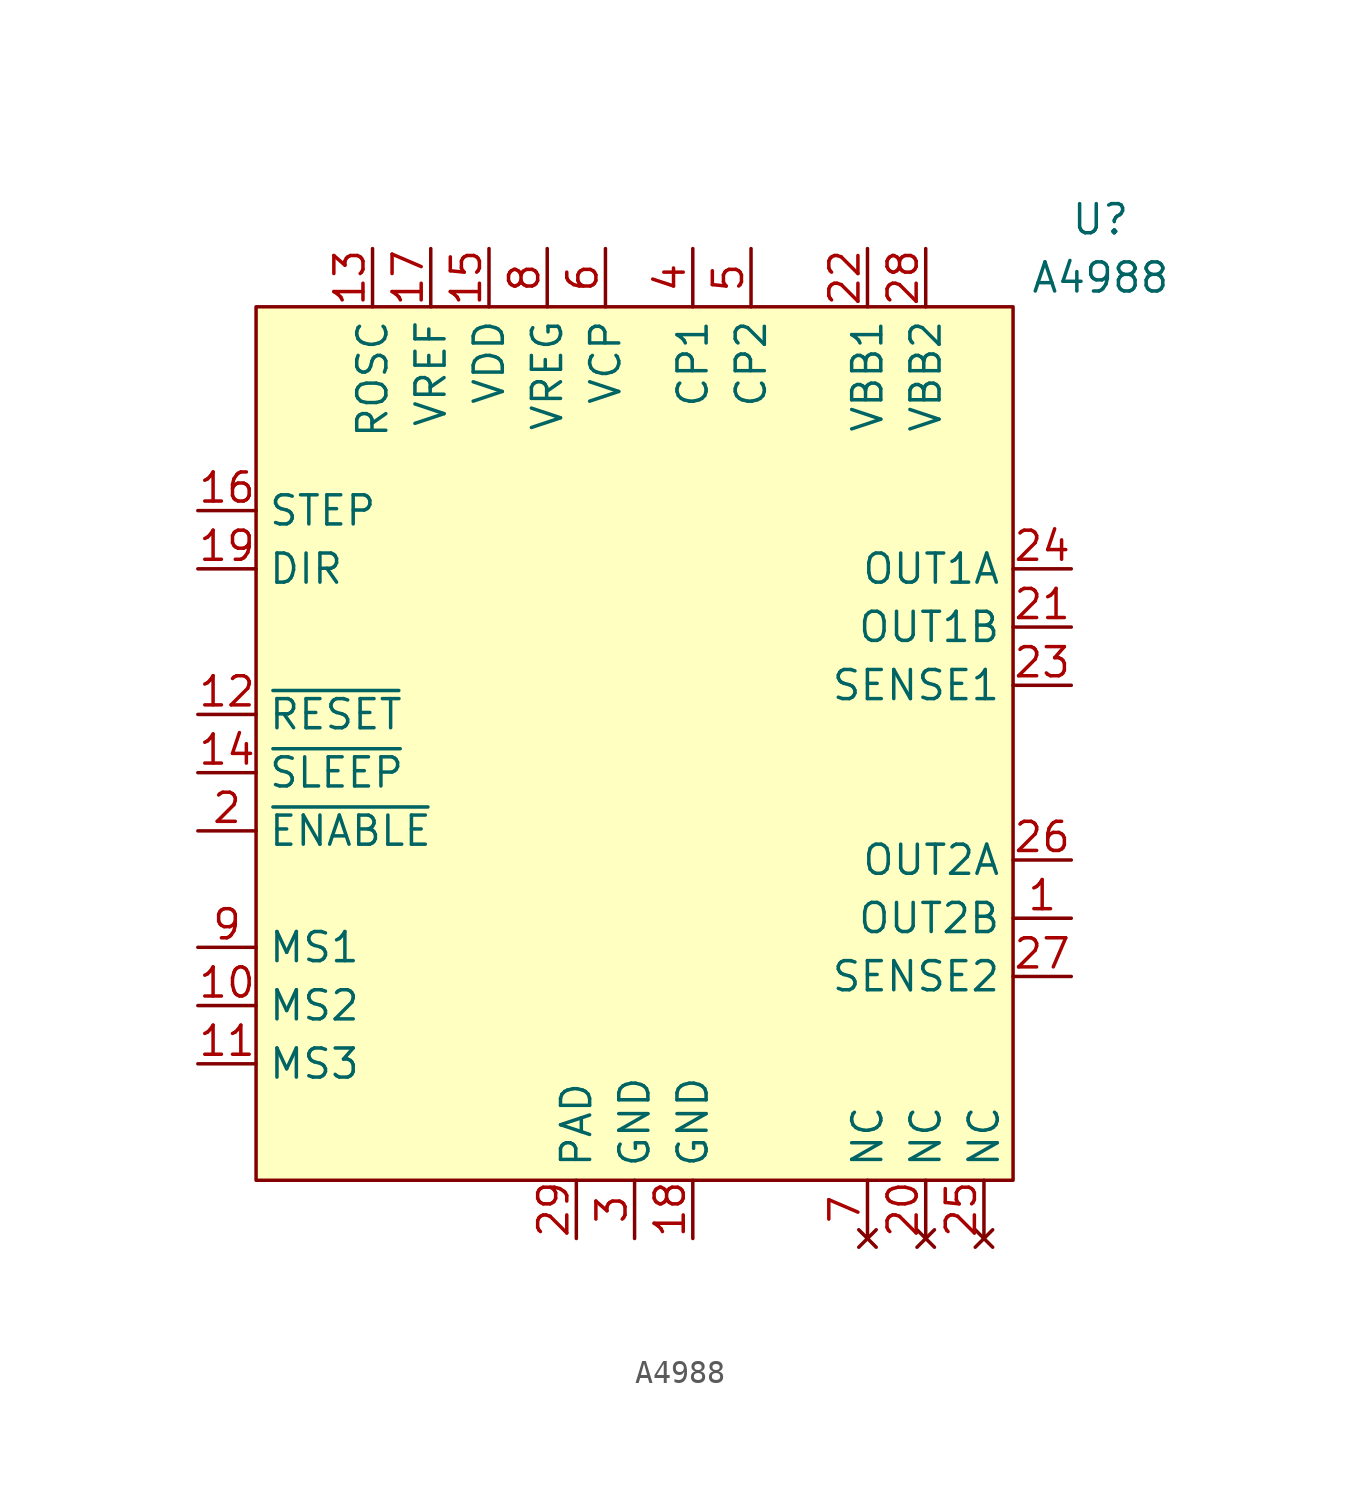
<source format=kicad_sym>
(kicad_symbol_lib
  (version 20220914)
  (generator kicad_symbol_editor)
  (symbol "A4988"
    (property "Reference" "U"
      (at 20.32 24.13 0)
      (effects (font (size 1.27 1.27))))
    (property "Value" "A4988"
      (at 20.32 21.59 0)
      (effects (font (size 1.27 1.27))))
    (symbol "A4988_1_1"
      (rectangle (start -16.51 20.32) (end 16.51 -17.78) (stroke (width 0) (type default)) (fill (type background)))
      (pin output line (at 19.05 -6.35 180) (length 2.54) (name "OUT2B" (effects (font (size 1.27 1.27)))) (number "1" (effects (font (size 1.27 1.27)))))
      (pin input line (at -19.05 -10.16 0) (length 2.54) (name "MS2" (effects (font (size 1.27 1.27)))) (number "10" (effects (font (size 1.27 1.27)))))
      (pin input line (at -19.05 -12.7 0) (length 2.54) (name "MS3" (effects (font (size 1.27 1.27)))) (number "11" (effects (font (size 1.27 1.27)))))
      (pin input line (at -19.05 2.54 0) (length 2.54) (name "~{RESET}" (effects (font (size 1.27 1.27)))) (number "12" (effects (font (size 1.27 1.27)))))
      (pin passive line (at -11.43 22.86 270) (length 2.54) (name "ROSC" (effects (font (size 1.27 1.27)))) (number "13" (effects (font (size 1.27 1.27)))))
      (pin input line (at -19.05 0 0) (length 2.54) (name "~{SLEEP}" (effects (font (size 1.27 1.27)))) (number "14" (effects (font (size 1.27 1.27)))))
      (pin power_in line (at -6.35 22.86 270) (length 2.54) (name "VDD" (effects (font (size 1.27 1.27)))) (number "15" (effects (font (size 1.27 1.27)))))
      (pin input line (at -19.05 11.43 0) (length 2.54) (name "STEP" (effects (font (size 1.27 1.27)))) (number "16" (effects (font (size 1.27 1.27)))))
      (pin input line (at -8.89 22.86 270) (length 2.54) (name "VREF" (effects (font (size 1.27 1.27)))) (number "17" (effects (font (size 1.27 1.27)))))
      (pin power_in line (at 2.54 -20.32 90) (length 2.54) (name "GND" (effects (font (size 1.27 1.27)))) (number "18" (effects (font (size 1.27 1.27)))))
      (pin input line (at -19.05 8.89 0) (length 2.54) (name "DIR" (effects (font (size 1.27 1.27)))) (number "19" (effects (font (size 1.27 1.27)))))
      (pin input line (at -19.05 -2.54 0) (length 2.54) (name "~{ENABLE}" (effects (font (size 1.27 1.27)))) (number "2" (effects (font (size 1.27 1.27)))))
      (pin no_connect line (at 12.7 -20.32 90) (length 2.54) (name "NC" (effects (font (size 1.27 1.27)))) (number "20" (effects (font (size 1.27 1.27)))))
      (pin output line (at 19.05 6.35 180) (length 2.54) (name "OUT1B" (effects (font (size 1.27 1.27)))) (number "21" (effects (font (size 1.27 1.27)))))
      (pin power_in line (at 10.16 22.86 270) (length 2.54) (name "VBB1" (effects (font (size 1.27 1.27)))) (number "22" (effects (font (size 1.27 1.27)))))
      (pin passive line (at 19.05 3.81 180) (length 2.54) (name "SENSE1" (effects (font (size 1.27 1.27)))) (number "23" (effects (font (size 1.27 1.27)))))
      (pin output line (at 19.05 8.89 180) (length 2.54) (name "OUT1A" (effects (font (size 1.27 1.27)))) (number "24" (effects (font (size 1.27 1.27)))))
      (pin no_connect line (at 15.24 -20.32 90) (length 2.54) (name "NC" (effects (font (size 1.27 1.27)))) (number "25" (effects (font (size 1.27 1.27)))))
      (pin output line (at 19.05 -3.81 180) (length 2.54) (name "OUT2A" (effects (font (size 1.27 1.27)))) (number "26" (effects (font (size 1.27 1.27)))))
      (pin passive line (at 19.05 -8.89 180) (length 2.54) (name "SENSE2" (effects (font (size 1.27 1.27)))) (number "27" (effects (font (size 1.27 1.27)))))
      (pin power_in line (at 12.7 22.86 270) (length 2.54) (name "VBB2" (effects (font (size 1.27 1.27)))) (number "28" (effects (font (size 1.27 1.27)))))
      (pin passive line (at -2.54 -20.32 90) (length 2.54) (name "PAD" (effects (font (size 1.27 1.27)))) (number "29" (effects (font (size 1.27 1.27)))))
      (pin power_in line (at 0 -20.32 90) (length 2.54) (name "GND" (effects (font (size 1.27 1.27)))) (number "3" (effects (font (size 1.27 1.27)))))
      (pin passive line (at 2.54 22.86 270) (length 2.54) (name "CP1" (effects (font (size 1.27 1.27)))) (number "4" (effects (font (size 1.27 1.27)))))
      (pin passive line (at 5.08 22.86 270) (length 2.54) (name "CP2" (effects (font (size 1.27 1.27)))) (number "5" (effects (font (size 1.27 1.27)))))
      (pin passive line (at -1.27 22.86 270) (length 2.54) (name "VCP" (effects (font (size 1.27 1.27)))) (number "6" (effects (font (size 1.27 1.27)))))
      (pin no_connect line (at 10.16 -20.32 90) (length 2.54) (name "NC" (effects (font (size 1.27 1.27)))) (number "7" (effects (font (size 1.27 1.27)))))
      (pin passive line (at -3.81 22.86 270) (length 2.54) (name "VREG" (effects (font (size 1.27 1.27)))) (number "8" (effects (font (size 1.27 1.27)))))
      (pin input line (at -19.05 -7.62 0) (length 2.54) (name "MS1" (effects (font (size 1.27 1.27)))) (number "9" (effects (font (size 1.27 1.27))))))))
</source>
